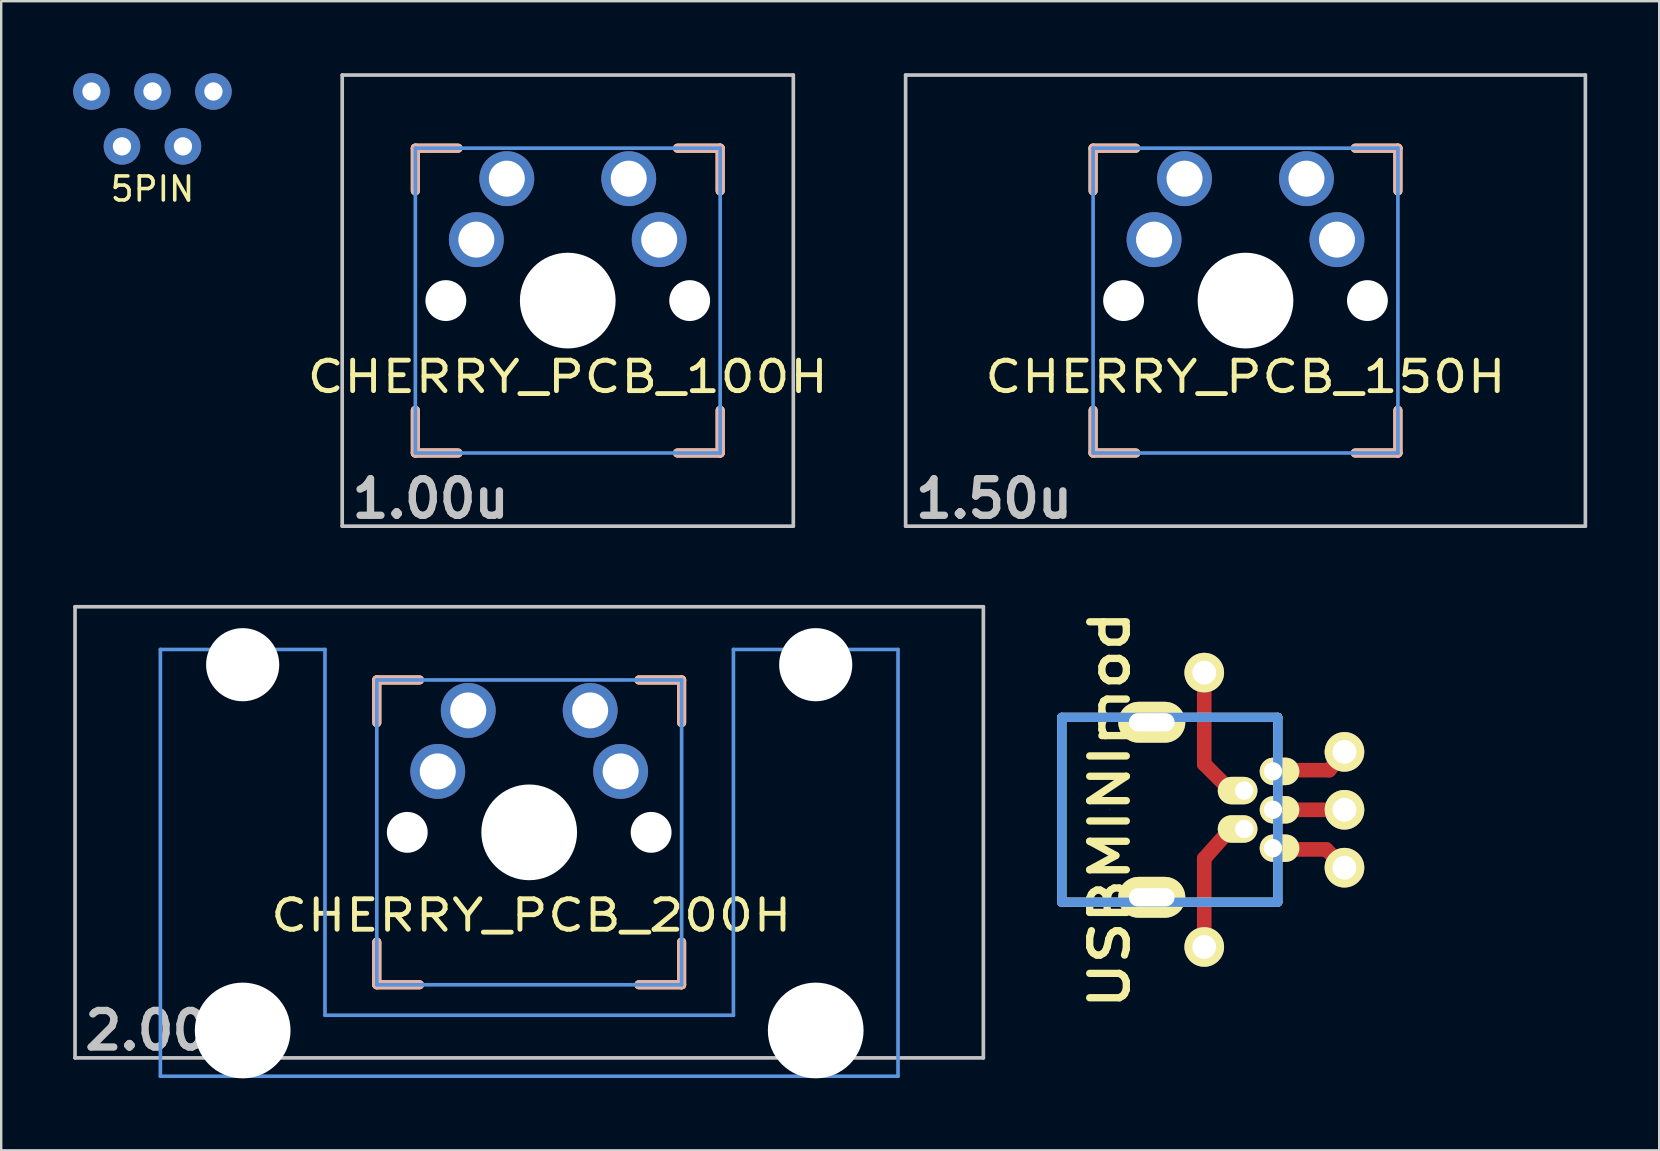
<source format=kicad_pcb>
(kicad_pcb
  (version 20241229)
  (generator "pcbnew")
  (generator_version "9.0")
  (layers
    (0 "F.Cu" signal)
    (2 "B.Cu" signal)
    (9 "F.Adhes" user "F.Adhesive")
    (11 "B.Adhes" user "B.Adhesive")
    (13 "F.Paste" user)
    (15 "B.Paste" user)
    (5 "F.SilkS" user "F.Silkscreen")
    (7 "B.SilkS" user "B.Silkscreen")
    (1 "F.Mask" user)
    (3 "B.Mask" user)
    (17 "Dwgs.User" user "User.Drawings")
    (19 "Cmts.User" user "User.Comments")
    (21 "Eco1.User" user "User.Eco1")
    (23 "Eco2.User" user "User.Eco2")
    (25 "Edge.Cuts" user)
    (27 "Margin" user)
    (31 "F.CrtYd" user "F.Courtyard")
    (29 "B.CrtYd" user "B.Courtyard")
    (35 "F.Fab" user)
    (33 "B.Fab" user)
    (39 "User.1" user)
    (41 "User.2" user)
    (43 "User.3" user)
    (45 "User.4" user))
  (footprint "USBMINImod"
    (layer "F.Cu")
    (at 43.188 30.69)
    (property "Reference" "USBMINImod" (at 0 0 90) (layer "F.SilkS") (effects (font (size 1.524 1.778) (thickness 0.305))))
    (attr through_hole)
    (fp_line (start 3.937 -1.905) (end 3.937 -5.715) (stroke (width 0.61) (type solid)) (layer "F.Cu"))
    (fp_line (start 3.937 2.032) (end 3.937 5.715) (stroke (width 0.61) (type solid)) (layer "F.Cu"))
    (fp_line (start 4.953 -0.889) (end 3.937 -1.905) (stroke (width 0.61) (type solid)) (layer "F.Cu"))
    (fp_line (start 4.953 0.889) (end 3.937 2.032) (stroke (width 0.61) (type solid)) (layer "F.Cu"))
    (fp_line (start 7.493 0) (end 9.779 0) (stroke (width 0.61) (type solid)) (layer "F.Cu"))
    (fp_line (start 9.017 1.651) (end 7.493 1.651) (stroke (width 0.61) (type solid)) (layer "F.Cu"))
    (fp_line (start 9.144 -1.651) (end 7.493 -1.651) (stroke (width 0.61) (type solid)) (layer "F.Cu"))
    (fp_line (start 9.779 -2.413) (end 9.144 -1.651) (stroke (width 0.61) (type solid)) (layer "F.Cu"))
    (fp_line (start 9.779 2.413) (end 9.017 1.651) (stroke (width 0.61) (type solid)) (layer "F.Cu"))
    (fp_line (start -1.999 -3.851) (end 7 -3.851) (stroke (width 0.381) (type solid)) (layer "F.SilkS"))
    (fp_line (start -1.999 3.851) (end -1.999 -3.851) (stroke (width 0.381) (type solid)) (layer "F.SilkS"))
    (fp_line (start 7 -3.851) (end 7 3.851) (stroke (width 0.381) (type solid)) (layer "F.SilkS"))
    (fp_line (start 7 3.851) (end -1.999 3.851) (stroke (width 0.381) (type solid)) (layer "F.SilkS"))
    (fp_line (start -1.999 -3.851) (end 7 -3.851) (stroke (width 0.381) (type solid)) (layer "Dwgs.User"))
    (fp_line (start -1.999 3.851) (end -1.999 -3.851) (stroke (width 0.381) (type solid)) (layer "Dwgs.User"))
    (fp_line (start 0 0) (end 0 0) (stroke (width 0.025) (type solid)) (layer "Dwgs.User"))
    (fp_line (start 7 -3.851) (end 7 3.851) (stroke (width 0.381) (type solid)) (layer "Dwgs.User"))
    (fp_line (start 7 3.851) (end -1.999 3.851) (stroke (width 0.381) (type solid)) (layer "Dwgs.User"))
    (fp_line (start -1.999 -3.851) (end 7 -3.851) (stroke (width 0.381) (type solid)) (layer "Cmts.User"))
    (fp_line (start -1.999 3.851) (end -1.999 -3.851) (stroke (width 0.381) (type solid)) (layer "Cmts.User"))
    (fp_line (start 7 -3.851) (end 7 3.851) (stroke (width 0.381) (type solid)) (layer "Cmts.User"))
    (fp_line (start 7 3.851) (end -1.999 3.851) (stroke (width 0.381) (type solid)) (layer "Cmts.User"))
    (pad "1" thru_hole oval (at 6.8 -1.6) (size 1.651 1.143) (drill 0.762 (offset 0.274 0)) (layers "*.Cu" "*.Mask" "F.SilkS"))
    (pad "1" thru_hole circle (at 9.779 -2.413) (size 1.651 1.651) (drill 0.991) (layers "*.Cu" "*.Mask" "F.SilkS"))
    (pad "2" thru_hole circle (at 3.937 -5.715) (size 1.651 1.651) (drill 0.991) (layers "*.Cu" "*.Mask" "F.SilkS"))
    (pad "2" thru_hole oval (at 5.601 -0.8) (size 1.651 1.143) (drill 0.762 (offset -0.274 0)) (layers "*.Cu" "*.Mask" "F.SilkS"))
    (pad "3" thru_hole oval (at 6.8 0) (size 1.651 1.143) (drill 0.762 (offset 0.274 0)) (layers "*.Cu" "*.Mask" "F.SilkS"))
    (pad "3" thru_hole circle (at 9.779 0) (size 1.651 1.651) (drill 0.991) (layers "*.Cu" "*.Mask" "F.SilkS"))
    (pad "4" thru_hole circle (at 3.937 5.715) (size 1.651 1.651) (drill 0.991) (layers "*.Cu" "*.Mask" "F.SilkS"))
    (pad "4" thru_hole oval (at 5.601 0.8) (size 1.651 1.143) (drill 0.762 (offset -0.274 0)) (layers "*.Cu" "*.Mask" "F.SilkS"))
    (pad "5" thru_hole oval (at 6.8 1.6) (size 1.651 1.143) (drill 0.762 (offset 0.274 0)) (layers "*.Cu" "*.Mask" "F.SilkS"))
    (pad "5" thru_hole circle (at 9.779 2.413) (size 1.651 1.651) (drill 0.991) (layers "*.Cu" "*.Mask" "F.SilkS"))
    (pad "6" thru_hole oval (at 1.75 -3.647) (size 2.794 1.702) (drill oval 1.905 0.762) (layers "*.Cu" "*.Mask" "F.SilkS"))
    (pad "6" thru_hole oval (at 1.75 3.647) (size 2.794 1.702) (drill oval 1.905 0.762) (layers "*.Cu" "*.Mask" "F.SilkS")))
  (footprint "CHERRY_PCB_200H"
    (layer "F.Cu")
    (at 18.999 31.63)
    (property "Reference" "CHERRY_PCB_200H" (at 0.087 3.46 0) (layer "F.SilkS") (effects (font (size 1.27 1.524) (thickness 0.203))))
    (attr through_hole)
    (fp_line (start -6.35 -6.35) (end -4.572 -6.35) (stroke (width 0.381) (type solid)) (layer "F.SilkS"))
    (fp_line (start -6.35 -4.572) (end -6.35 -6.35) (stroke (width 0.381) (type solid)) (layer "F.SilkS"))
    (fp_line (start -6.35 6.35) (end -6.35 4.572) (stroke (width 0.381) (type solid)) (layer "F.SilkS"))
    (fp_line (start -4.572 6.35) (end -6.35 6.35) (stroke (width 0.381) (type solid)) (layer "F.SilkS"))
    (fp_line (start 4.572 -6.35) (end 6.35 -6.35) (stroke (width 0.381) (type solid)) (layer "F.SilkS"))
    (fp_line (start 6.35 -6.35) (end 6.35 -4.572) (stroke (width 0.381) (type solid)) (layer "F.SilkS"))
    (fp_line (start 6.35 4.572) (end 6.35 6.35) (stroke (width 0.381) (type solid)) (layer "F.SilkS"))
    (fp_line (start 6.35 6.35) (end 4.572 6.35) (stroke (width 0.381) (type solid)) (layer "F.SilkS"))
    (fp_line (start -6.35 -6.35) (end -4.572 -6.35) (stroke (width 0.381) (type solid)) (layer "B.SilkS"))
    (fp_line (start -6.35 -4.572) (end -6.35 -6.35) (stroke (width 0.381) (type solid)) (layer "B.SilkS"))
    (fp_line (start -6.35 6.35) (end -6.35 4.572) (stroke (width 0.381) (type solid)) (layer "B.SilkS"))
    (fp_line (start -4.572 6.35) (end -6.35 6.35) (stroke (width 0.381) (type solid)) (layer "B.SilkS"))
    (fp_line (start 4.572 -6.35) (end 6.35 -6.35) (stroke (width 0.381) (type solid)) (layer "B.SilkS"))
    (fp_line (start 6.35 -6.35) (end 6.35 -4.572) (stroke (width 0.381) (type solid)) (layer "B.SilkS"))
    (fp_line (start 6.35 4.572) (end 6.35 6.35) (stroke (width 0.381) (type solid)) (layer "B.SilkS"))
    (fp_line (start 6.35 6.35) (end 4.572 6.35) (stroke (width 0.381) (type solid)) (layer "B.SilkS"))
    (fp_line (start -18.923 -9.398) (end 18.923 -9.398) (stroke (width 0.152) (type solid)) (layer "Dwgs.User"))
    (fp_line (start -18.923 9.398) (end -18.923 -9.398) (stroke (width 0.152) (type solid)) (layer "Dwgs.User"))
    (fp_line (start 18.923 -9.398) (end 18.923 9.398) (stroke (width 0.152) (type solid)) (layer "Dwgs.User"))
    (fp_line (start 18.923 9.398) (end -18.923 9.398) (stroke (width 0.152) (type solid)) (layer "Dwgs.User"))
    (fp_line (start -15.367 -7.62) (end -15.367 10.16) (stroke (width 0.152) (type solid)) (layer "Cmts.User"))
    (fp_line (start -15.367 10.16) (end 15.367 10.16) (stroke (width 0.152) (type solid)) (layer "Cmts.User"))
    (fp_line (start -8.509 -7.62) (end -15.367 -7.62) (stroke (width 0.152) (type solid)) (layer "Cmts.User"))
    (fp_line (start -8.509 7.62) (end -8.509 -7.62) (stroke (width 0.152) (type solid)) (layer "Cmts.User"))
    (fp_line (start -6.35 -6.35) (end 6.35 -6.35) (stroke (width 0.152) (type solid)) (layer "Cmts.User"))
    (fp_line (start -6.35 6.35) (end -6.35 -6.35) (stroke (width 0.152) (type solid)) (layer "Cmts.User"))
    (fp_line (start 6.35 -6.35) (end 6.35 6.35) (stroke (width 0.152) (type solid)) (layer "Cmts.User"))
    (fp_line (start 6.35 6.35) (end -6.35 6.35) (stroke (width 0.152) (type solid)) (layer "Cmts.User"))
    (fp_line (start 8.509 -7.62) (end 8.509 7.62) (stroke (width 0.152) (type solid)) (layer "Cmts.User"))
    (fp_line (start 8.509 7.62) (end -8.509 7.62) (stroke (width 0.152) (type solid)) (layer "Cmts.User"))
    (fp_line (start 15.367 -7.62) (end 8.509 -7.62) (stroke (width 0.152) (type solid)) (layer "Cmts.User"))
    (fp_line (start 15.367 10.16) (end 15.367 -7.62) (stroke (width 0.152) (type solid)) (layer "Cmts.User"))
    (fp_line (start -16.129 -2.286) (end -15.265 -2.286) (stroke (width 0.152) (type solid)) (layer "Eco2.User"))
    (fp_line (start -16.129 0.508) (end -16.129 -2.286) (stroke (width 0.152) (type solid)) (layer "Eco2.User"))
    (fp_line (start -15.265 -5.69) (end -8.611 -5.69) (stroke (width 0.152) (type solid)) (layer "Eco2.User"))
    (fp_line (start -15.265 -2.286) (end -15.265 -5.69) (stroke (width 0.152) (type solid)) (layer "Eco2.User"))
    (fp_line (start -15.265 0.508) (end -16.129 0.508) (stroke (width 0.152) (type solid)) (layer "Eco2.User"))
    (fp_line (start -15.265 6.604) (end -15.265 0.508) (stroke (width 0.152) (type solid)) (layer "Eco2.User"))
    (fp_line (start -14.224 6.604) (end -15.265 6.604) (stroke (width 0.152) (type solid)) (layer "Eco2.User"))
    (fp_line (start -14.224 7.772) (end -14.224 6.604) (stroke (width 0.152) (type solid)) (layer "Eco2.User"))
    (fp_line (start -9.652 6.604) (end -9.652 7.772) (stroke (width 0.152) (type solid)) (layer "Eco2.User"))
    (fp_line (start -9.652 7.772) (end -14.224 7.772) (stroke (width 0.152) (type solid)) (layer "Eco2.User"))
    (fp_line (start -8.611 -5.69) (end -8.611 -4.877) (stroke (width 0.152) (type solid)) (layer "Eco2.User"))
    (fp_line (start -8.611 -4.877) (end -6.985 -4.877) (stroke (width 0.152) (type solid)) (layer "Eco2.User"))
    (fp_line (start -8.611 5.817) (end -8.611 6.604) (stroke (width 0.152) (type solid)) (layer "Eco2.User"))
    (fp_line (start -8.611 6.604) (end -9.652 6.604) (stroke (width 0.152) (type solid)) (layer "Eco2.User"))
    (fp_line (start -6.985 -4.877) (end -6.985 -6.985) (stroke (width 0.152) (type solid)) (layer "Eco2.User"))
    (fp_line (start -6.985 5.817) (end -8.611 5.817) (stroke (width 0.152) (type solid)) (layer "Eco2.User"))
    (fp_line (start -6.985 6.985) (end -6.985 5.817) (stroke (width 0.152) (type solid)) (layer "Eco2.User"))
    (fp_line (start -6.985 -6.985) (end 6.985 -6.985) (stroke (width 0.152) (type solid)) (layer "Eco2.User"))
    (fp_line (start 6.985 -4.877) (end 8.611 -4.877) (stroke (width 0.152) (type solid)) (layer "Eco2.User"))
    (fp_line (start 6.985 5.817) (end 6.985 6.985) (stroke (width 0.152) (type solid)) (layer "Eco2.User"))
    (fp_line (start 6.985 6.985) (end -6.985 6.985) (stroke (width 0.152) (type solid)) (layer "Eco2.User"))
    (fp_line (start 6.985 -6.985) (end 6.985 -4.877) (stroke (width 0.152) (type solid)) (layer "Eco2.User"))
    (fp_line (start 8.611 -5.69) (end 15.265 -5.69) (stroke (width 0.152) (type solid)) (layer "Eco2.User"))
    (fp_line (start 8.611 -4.877) (end 8.611 -5.69) (stroke (width 0.152) (type solid)) (layer "Eco2.User"))
    (fp_line (start 8.611 5.817) (end 6.985 5.817) (stroke (width 0.152) (type solid)) (layer "Eco2.User"))
    (fp_line (start 8.611 6.604) (end 8.611 5.817) (stroke (width 0.152) (type solid)) (layer "Eco2.User"))
    (fp_line (start 9.652 6.604) (end 8.611 6.604) (stroke (width 0.152) (type solid)) (layer "Eco2.User"))
    (fp_line (start 9.652 7.772) (end 9.652 6.604) (stroke (width 0.152) (type solid)) (layer "Eco2.User"))
    (fp_line (start 14.224 6.604) (end 14.224 7.772) (stroke (width 0.152) (type solid)) (layer "Eco2.User"))
    (fp_line (start 14.224 7.772) (end 9.652 7.772) (stroke (width 0.152) (type solid)) (layer "Eco2.User"))
    (fp_line (start 15.265 -5.69) (end 15.265 -2.286) (stroke (width 0.152) (type solid)) (layer "Eco2.User"))
    (fp_line (start 15.265 -2.286) (end 16.129 -2.286) (stroke (width 0.152) (type solid)) (layer "Eco2.User"))
    (fp_line (start 15.265 0.508) (end 15.265 6.604) (stroke (width 0.152) (type solid)) (layer "Eco2.User"))
    (fp_line (start 15.265 6.604) (end 14.224 6.604) (stroke (width 0.152) (type solid)) (layer "Eco2.User"))
    (fp_line (start 16.129 -2.286) (end 16.129 0.508) (stroke (width 0.152) (type solid)) (layer "Eco2.User"))
    (fp_line (start 16.129 0.508) (end 15.265 0.508) (stroke (width 0.152) (type solid)) (layer "Eco2.User"))
    (fp_text user "2.00u" (at -15.24 8.255 0) (layer "Dwgs.User") (effects (font (size 1.524 1.524) (thickness 0.305))))
    (pad "" np_thru_hole circle (at -11.938 -6.985) (size 3.048 3.048) (drill 3.048) (layers "*.Cu"))
    (pad "" np_thru_hole circle (at -11.938 8.255) (size 3.988 3.988) (drill 3.988) (layers "*.Cu"))
    (pad "" np_thru_hole circle (at -5.08 0) (size 1.702 1.702) (drill 1.702) (layers "*.Cu"))
    (pad "" np_thru_hole circle (at 0 0) (size 3.988 3.988) (drill 3.988) (layers "*.Cu"))
    (pad "" np_thru_hole circle (at 5.08 0) (size 1.702 1.702) (drill 1.702) (layers "*.Cu"))
    (pad "" np_thru_hole circle (at 11.938 -6.985) (size 3.048 3.048) (drill 3.048) (layers "*.Cu"))
    (pad "" np_thru_hole circle (at 11.938 8.255) (size 3.988 3.988) (drill 3.988) (layers "*.Cu"))
    (pad "1" thru_hole circle (at -3.81 -2.54) (size 2.286 2.286) (drill 1.499) (layers "*.Cu" "*.Mask"))
    (pad "1" thru_hole circle (at -2.54 -5.08) (size 2.286 2.286) (drill 1.499) (layers "*.Cu" "*.Mask"))
    (pad "2" thru_hole circle (at 2.54 -5.08) (size 2.286 2.286) (drill 1.499) (layers "*.Cu" "*.Mask"))
    (pad "2" thru_hole circle (at 3.81 -2.54) (size 2.286 2.286) (drill 1.499) (layers "*.Cu" "*.Mask")))
  (footprint "CHERRY_PCB_100H"
    (layer "F.Cu")
    (at 20.606 9.474)
    (property "Reference" "CHERRY_PCB_100H" (at 0 3.175 0) (layer "F.SilkS") (effects (font (size 1.27 1.524) (thickness 0.203))))
    (attr through_hole)
    (fp_line (start -6.35 -6.35) (end -4.572 -6.35) (stroke (width 0.381) (type solid)) (layer "F.SilkS"))
    (fp_line (start -6.35 -4.572) (end -6.35 -6.35) (stroke (width 0.381) (type solid)) (layer "F.SilkS"))
    (fp_line (start -6.35 6.35) (end -6.35 4.572) (stroke (width 0.381) (type solid)) (layer "F.SilkS"))
    (fp_line (start -4.572 6.35) (end -6.35 6.35) (stroke (width 0.381) (type solid)) (layer "F.SilkS"))
    (fp_line (start 4.572 -6.35) (end 6.35 -6.35) (stroke (width 0.381) (type solid)) (layer "F.SilkS"))
    (fp_line (start 6.35 -6.35) (end 6.35 -4.572) (stroke (width 0.381) (type solid)) (layer "F.SilkS"))
    (fp_line (start 6.35 4.572) (end 6.35 6.35) (stroke (width 0.381) (type solid)) (layer "F.SilkS"))
    (fp_line (start 6.35 6.35) (end 4.572 6.35) (stroke (width 0.381) (type solid)) (layer "F.SilkS"))
    (fp_line (start -6.35 -6.35) (end -4.572 -6.35) (stroke (width 0.381) (type solid)) (layer "B.SilkS"))
    (fp_line (start -6.35 -4.572) (end -6.35 -6.35) (stroke (width 0.381) (type solid)) (layer "B.SilkS"))
    (fp_line (start -6.35 6.35) (end -6.35 4.572) (stroke (width 0.381) (type solid)) (layer "B.SilkS"))
    (fp_line (start -4.572 6.35) (end -6.35 6.35) (stroke (width 0.381) (type solid)) (layer "B.SilkS"))
    (fp_line (start 4.572 -6.35) (end 6.35 -6.35) (stroke (width 0.381) (type solid)) (layer "B.SilkS"))
    (fp_line (start 6.35 -6.35) (end 6.35 -4.572) (stroke (width 0.381) (type solid)) (layer "B.SilkS"))
    (fp_line (start 6.35 4.572) (end 6.35 6.35) (stroke (width 0.381) (type solid)) (layer "B.SilkS"))
    (fp_line (start 6.35 6.35) (end 4.572 6.35) (stroke (width 0.381) (type solid)) (layer "B.SilkS"))
    (fp_line (start -9.398 -9.398) (end 9.398 -9.398) (stroke (width 0.152) (type solid)) (layer "Dwgs.User"))
    (fp_line (start -9.398 9.398) (end -9.398 -9.398) (stroke (width 0.152) (type solid)) (layer "Dwgs.User"))
    (fp_line (start 9.398 -9.398) (end 9.398 9.398) (stroke (width 0.152) (type solid)) (layer "Dwgs.User"))
    (fp_line (start 9.398 9.398) (end -9.398 9.398) (stroke (width 0.152) (type solid)) (layer "Dwgs.User"))
    (fp_line (start -6.35 -6.35) (end 6.35 -6.35) (stroke (width 0.152) (type solid)) (layer "Cmts.User"))
    (fp_line (start -6.35 6.35) (end -6.35 -6.35) (stroke (width 0.152) (type solid)) (layer "Cmts.User"))
    (fp_line (start 6.35 -6.35) (end 6.35 6.35) (stroke (width 0.152) (type solid)) (layer "Cmts.User"))
    (fp_line (start 6.35 6.35) (end -6.35 6.35) (stroke (width 0.152) (type solid)) (layer "Cmts.User"))
    (fp_line (start -6.985 -6.985) (end 6.985 -6.985) (stroke (width 0.152) (type solid)) (layer "Eco2.User"))
    (fp_line (start -6.985 6.985) (end -6.985 -6.985) (stroke (width 0.152) (type solid)) (layer "Eco2.User"))
    (fp_line (start 6.985 -6.985) (end 6.985 6.985) (stroke (width 0.152) (type solid)) (layer "Eco2.User"))
    (fp_line (start 6.985 6.985) (end -6.985 6.985) (stroke (width 0.152) (type solid)) (layer "Eco2.User"))
    (fp_text user "1.00u" (at -5.715 8.255 0) (layer "Dwgs.User") (effects (font (size 1.524 1.524) (thickness 0.305))))
    (pad "" np_thru_hole circle (at -5.08 0) (size 1.702 1.702) (drill 1.702) (layers "*.Cu"))
    (pad "" np_thru_hole circle (at 0 0) (size 3.988 3.988) (drill 3.988) (layers "*.Cu"))
    (pad "" np_thru_hole circle (at 5.08 0) (size 1.702 1.702) (drill 1.702) (layers "*.Cu"))
    (pad "1" thru_hole circle (at -3.81 -2.54) (size 2.286 2.286) (drill 1.499) (layers "*.Cu" "*.Mask"))
    (pad "1" thru_hole circle (at -2.54 -5.08) (size 2.286 2.286) (drill 1.499) (layers "*.Cu" "*.Mask"))
    (pad "2" thru_hole circle (at 2.54 -5.08) (size 2.286 2.286) (drill 1.499) (layers "*.Cu" "*.Mask"))
    (pad "2" thru_hole circle (at 3.81 -2.54) (size 2.286 2.286) (drill 1.499) (layers "*.Cu" "*.Mask")))
  (footprint "5PIN"
    (layer "F.Cu")
    (at 3.302 3.302)
    (property "Reference" "5PIN" (at 0 1.524 0) (layer "F.SilkS") (effects (font (size 1 1) (thickness 0.15))))
    (attr through_hole)
    (pad "1" thru_hole circle (at -2.54 -2.54) (size 1.524 1.524) (drill 0.762) (layers "*.Cu" "*.Mask"))
    (pad "2" thru_hole circle (at -1.27 -0.254) (size 1.524 1.524) (drill 0.762) (layers "*.Cu" "*.Mask"))
    (pad "3" thru_hole circle (at 0 -2.54) (size 1.524 1.524) (drill 0.762) (layers "*.Cu" "*.Mask"))
    (pad "4" thru_hole circle (at 1.27 -0.254) (size 1.524 1.524) (drill 0.762) (layers "*.Cu" "*.Mask"))
    (pad "5" thru_hole circle (at 2.54 -2.54) (size 1.524 1.524) (drill 0.762) (layers "*.Cu" "*.Mask")))
  (footprint "CHERRY_PCB_150H"
    (layer "F.Cu")
    (at 48.844 9.474)
    (property "Reference" "CHERRY_PCB_150H" (at 0 3.175 0) (layer "F.SilkS") (effects (font (size 1.27 1.524) (thickness 0.203))))
    (attr through_hole)
    (fp_line (start -6.35 -6.35) (end -4.572 -6.35) (stroke (width 0.381) (type solid)) (layer "F.SilkS"))
    (fp_line (start -6.35 -4.572) (end -6.35 -6.35) (stroke (width 0.381) (type solid)) (layer "F.SilkS"))
    (fp_line (start -6.35 6.35) (end -6.35 4.572) (stroke (width 0.381) (type solid)) (layer "F.SilkS"))
    (fp_line (start -4.572 6.35) (end -6.35 6.35) (stroke (width 0.381) (type solid)) (layer "F.SilkS"))
    (fp_line (start 4.572 -6.35) (end 6.35 -6.35) (stroke (width 0.381) (type solid)) (layer "F.SilkS"))
    (fp_line (start 6.35 -6.35) (end 6.35 -4.572) (stroke (width 0.381) (type solid)) (layer "F.SilkS"))
    (fp_line (start 6.35 4.572) (end 6.35 6.35) (stroke (width 0.381) (type solid)) (layer "F.SilkS"))
    (fp_line (start 6.35 6.35) (end 4.572 6.35) (stroke (width 0.381) (type solid)) (layer "F.SilkS"))
    (fp_line (start -6.35 -6.35) (end -4.572 -6.35) (stroke (width 0.381) (type solid)) (layer "B.SilkS"))
    (fp_line (start -6.35 -4.572) (end -6.35 -6.35) (stroke (width 0.381) (type solid)) (layer "B.SilkS"))
    (fp_line (start -6.35 6.35) (end -6.35 4.572) (stroke (width 0.381) (type solid)) (layer "B.SilkS"))
    (fp_line (start -4.572 6.35) (end -6.35 6.35) (stroke (width 0.381) (type solid)) (layer "B.SilkS"))
    (fp_line (start 4.572 -6.35) (end 6.35 -6.35) (stroke (width 0.381) (type solid)) (layer "B.SilkS"))
    (fp_line (start 6.35 -6.35) (end 6.35 -4.572) (stroke (width 0.381) (type solid)) (layer "B.SilkS"))
    (fp_line (start 6.35 4.572) (end 6.35 6.35) (stroke (width 0.381) (type solid)) (layer "B.SilkS"))
    (fp_line (start 6.35 6.35) (end 4.572 6.35) (stroke (width 0.381) (type solid)) (layer "B.SilkS"))
    (fp_line (start -14.161 -9.398) (end 14.161 -9.398) (stroke (width 0.152) (type solid)) (layer "Dwgs.User"))
    (fp_line (start -14.161 9.398) (end -14.161 -9.398) (stroke (width 0.152) (type solid)) (layer "Dwgs.User"))
    (fp_line (start 14.161 -9.398) (end 14.161 9.398) (stroke (width 0.152) (type solid)) (layer "Dwgs.User"))
    (fp_line (start 14.161 9.398) (end -14.161 9.398) (stroke (width 0.152) (type solid)) (layer "Dwgs.User"))
    (fp_line (start -6.35 -6.35) (end 6.35 -6.35) (stroke (width 0.152) (type solid)) (layer "Cmts.User"))
    (fp_line (start -6.35 6.35) (end -6.35 -6.35) (stroke (width 0.152) (type solid)) (layer "Cmts.User"))
    (fp_line (start 6.35 -6.35) (end 6.35 6.35) (stroke (width 0.152) (type solid)) (layer "Cmts.User"))
    (fp_line (start 6.35 6.35) (end -6.35 6.35) (stroke (width 0.152) (type solid)) (layer "Cmts.User"))
    (fp_line (start -6.985 -6.985) (end 6.985 -6.985) (stroke (width 0.152) (type solid)) (layer "Eco2.User"))
    (fp_line (start -6.985 6.985) (end -6.985 -6.985) (stroke (width 0.152) (type solid)) (layer "Eco2.User"))
    (fp_line (start 6.985 -6.985) (end 6.985 6.985) (stroke (width 0.152) (type solid)) (layer "Eco2.User"))
    (fp_line (start 6.985 6.985) (end -6.985 6.985) (stroke (width 0.152) (type solid)) (layer "Eco2.User"))
    (fp_text user "1.50u" (at -10.477 8.255 0) (layer "Dwgs.User") (effects (font (size 1.524 1.524) (thickness 0.305))))
    (pad "" np_thru_hole circle (at -5.08 0) (size 1.702 1.702) (drill 1.702) (layers "*.Cu"))
    (pad "" np_thru_hole circle (at 0 0) (size 3.988 3.988) (drill 3.988) (layers "*.Cu"))
    (pad "" np_thru_hole circle (at 5.08 0) (size 1.702 1.702) (drill 1.702) (layers "*.Cu"))
    (pad "1" thru_hole circle (at -3.81 -2.54) (size 2.286 2.286) (drill 1.499) (layers "*.Cu" "*.Mask"))
    (pad "1" thru_hole circle (at -2.54 -5.08) (size 2.286 2.286) (drill 1.499) (layers "*.Cu" "*.Mask"))
    (pad "2" thru_hole circle (at 2.54 -5.08) (size 2.286 2.286) (drill 1.499) (layers "*.Cu" "*.Mask"))
    (pad "2" thru_hole circle (at 3.81 -2.54) (size 2.286 2.286) (drill 1.499) (layers "*.Cu" "*.Mask")))
  (gr_rect
    (start -3 -3)
    (end 66.081 44.879)
    (stroke (width 0.1) (type default))
    (fill no)
    (layer "Edge.Cuts")))
</source>
